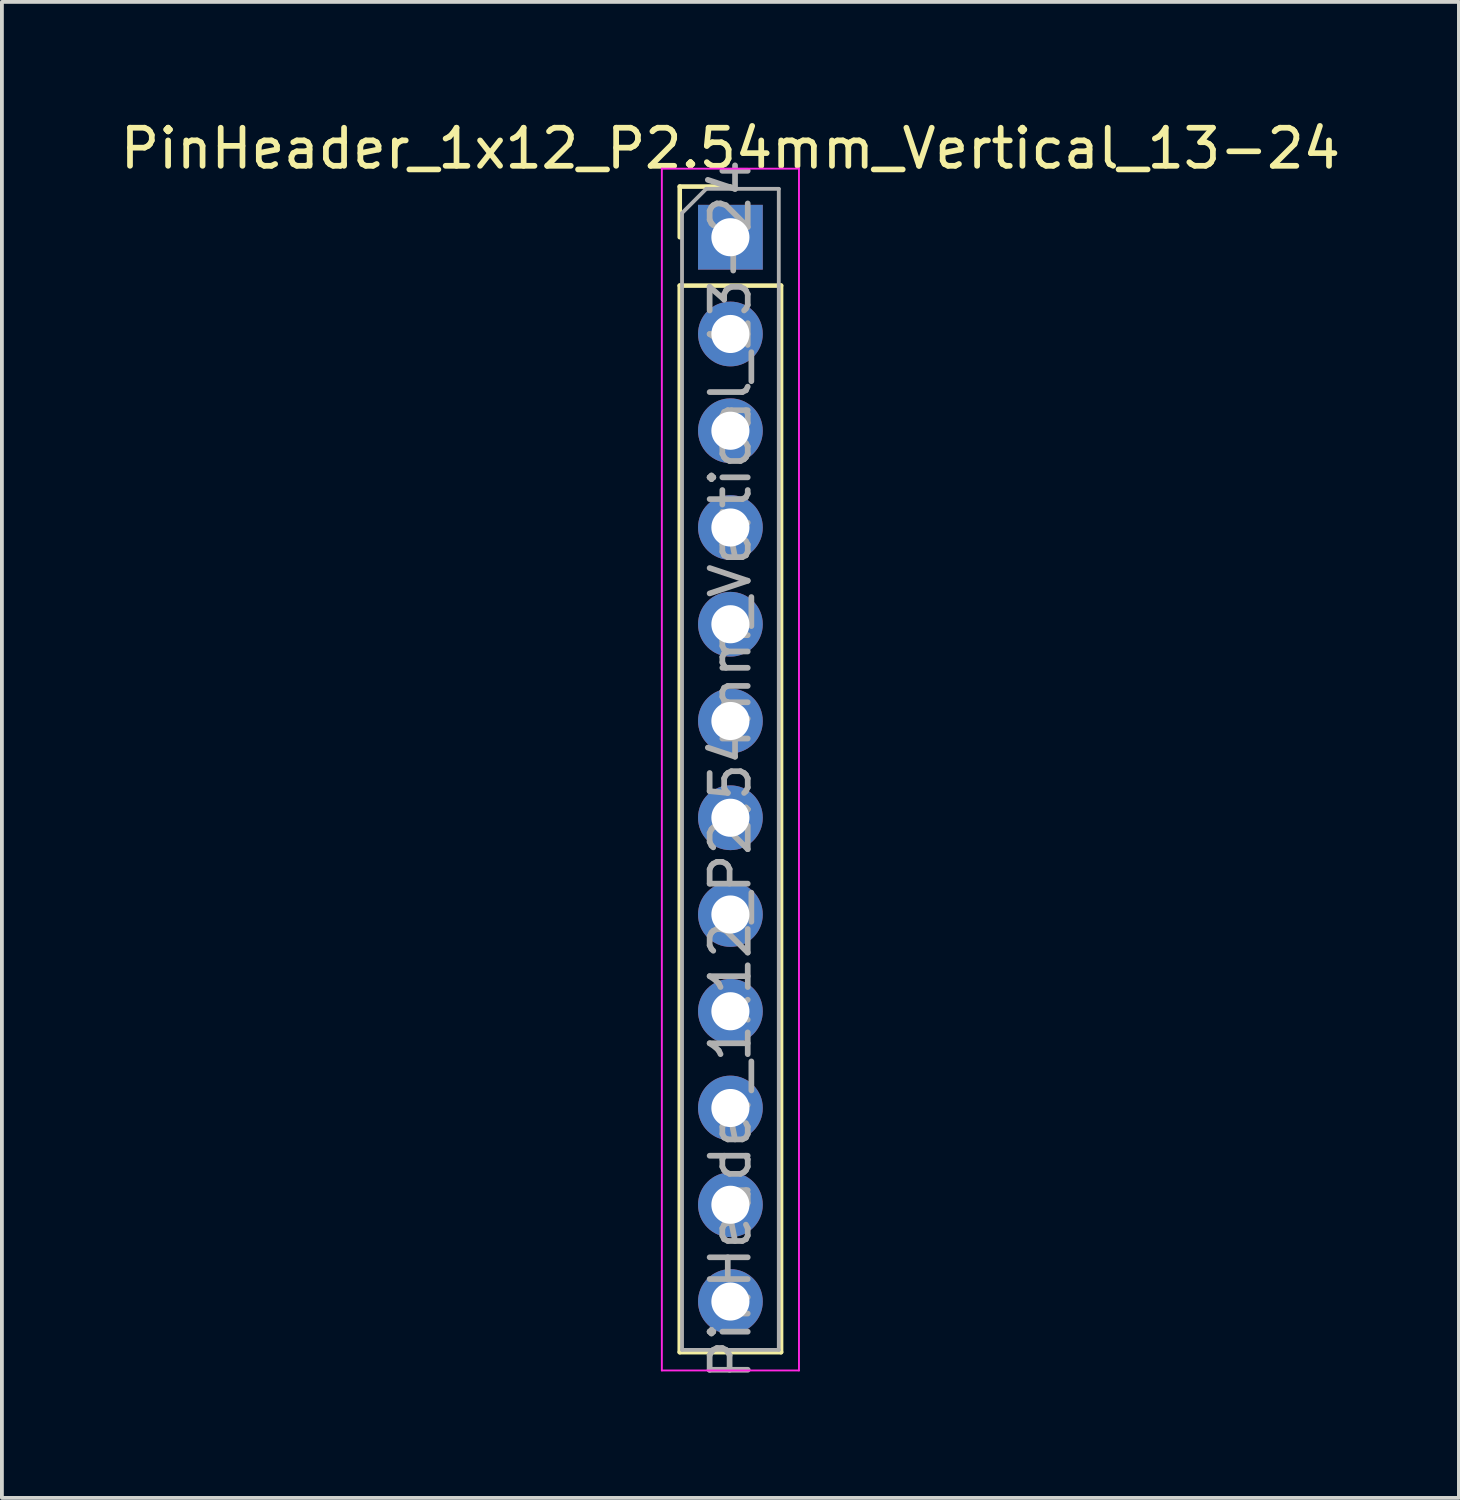
<source format=kicad_pcb>
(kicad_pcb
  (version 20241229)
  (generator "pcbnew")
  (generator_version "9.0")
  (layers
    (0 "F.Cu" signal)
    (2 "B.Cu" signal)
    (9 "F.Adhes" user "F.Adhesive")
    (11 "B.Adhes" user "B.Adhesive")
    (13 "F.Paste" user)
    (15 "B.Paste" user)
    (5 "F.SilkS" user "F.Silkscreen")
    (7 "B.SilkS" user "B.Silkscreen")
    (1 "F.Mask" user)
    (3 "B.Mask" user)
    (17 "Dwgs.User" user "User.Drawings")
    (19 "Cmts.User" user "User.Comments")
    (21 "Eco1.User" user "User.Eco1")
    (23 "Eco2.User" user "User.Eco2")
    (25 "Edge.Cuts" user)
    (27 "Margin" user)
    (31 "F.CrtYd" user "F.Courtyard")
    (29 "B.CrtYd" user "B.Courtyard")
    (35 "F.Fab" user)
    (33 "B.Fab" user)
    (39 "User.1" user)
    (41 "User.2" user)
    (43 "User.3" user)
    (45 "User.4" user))
  (footprint "PinHeader_1x12_P2.54mm_Vertical_13-24"
    (layer "F.Cu")
    (at 16.125 3.178)
    (property "Reference" "PinHeader_1x12_P2.54mm_Vertical_13-24" (at 0 -2.33 0) (layer "F.SilkS") (effects (font (size 1 1) (thickness 0.15))))
    (attr through_hole)
    (fp_line (start -1.33 -1.33) (end 0 -1.33) (stroke (width 0.12) (type solid)) (layer "F.SilkS"))
    (fp_line (start -1.33 0) (end -1.33 -1.33) (stroke (width 0.12) (type solid)) (layer "F.SilkS"))
    (fp_line (start -1.33 1.27) (end -1.33 29.27) (stroke (width 0.12) (type solid)) (layer "F.SilkS"))
    (fp_line (start -1.33 1.27) (end 1.33 1.27) (stroke (width 0.12) (type solid)) (layer "F.SilkS"))
    (fp_line (start -1.33 29.27) (end 1.33 29.27) (stroke (width 0.12) (type solid)) (layer "F.SilkS"))
    (fp_line (start 1.33 1.27) (end 1.33 29.27) (stroke (width 0.12) (type solid)) (layer "F.SilkS"))
    (fp_line (start -1.8 -1.8) (end -1.8 29.75) (stroke (width 0.05) (type solid)) (layer "F.CrtYd"))
    (fp_line (start -1.8 29.75) (end 1.8 29.75) (stroke (width 0.05) (type solid)) (layer "F.CrtYd"))
    (fp_line (start 1.8 -1.8) (end -1.8 -1.8) (stroke (width 0.05) (type solid)) (layer "F.CrtYd"))
    (fp_line (start 1.8 29.75) (end 1.8 -1.8) (stroke (width 0.05) (type solid)) (layer "F.CrtYd"))
    (fp_line (start -1.27 -0.635) (end -0.635 -1.27) (stroke (width 0.1) (type solid)) (layer "F.Fab"))
    (fp_line (start -1.27 29.21) (end -1.27 -0.635) (stroke (width 0.1) (type solid)) (layer "F.Fab"))
    (fp_line (start -0.635 -1.27) (end 1.27 -1.27) (stroke (width 0.1) (type solid)) (layer "F.Fab"))
    (fp_line (start 1.27 -1.27) (end 1.27 29.21) (stroke (width 0.1) (type solid)) (layer "F.Fab"))
    (fp_line (start 1.27 29.21) (end -1.27 29.21) (stroke (width 0.1) (type solid)) (layer "F.Fab"))
    (fp_text user "${REFERENCE}" (at 0 13.97 90) (layer "F.Fab") (effects (font (size 1 1) (thickness 0.15))))
    (pad "13" thru_hole rect (at 0 0) (size 1.7 1.7) (drill 1) (layers "*.Cu" "*.Mask"))
    (pad "14" thru_hole oval (at 0 2.54) (size 1.7 1.7) (drill 1) (layers "*.Cu" "*.Mask"))
    (pad "15" thru_hole oval (at 0 5.08) (size 1.7 1.7) (drill 1) (layers "*.Cu" "*.Mask"))
    (pad "16" thru_hole oval (at 0 7.62) (size 1.7 1.7) (drill 1) (layers "*.Cu" "*.Mask"))
    (pad "17" thru_hole oval (at 0 10.16) (size 1.7 1.7) (drill 1) (layers "*.Cu" "*.Mask"))
    (pad "18" thru_hole oval (at 0 12.7) (size 1.7 1.7) (drill 1) (layers "*.Cu" "*.Mask"))
    (pad "19" thru_hole oval (at 0 15.24) (size 1.7 1.7) (drill 1) (layers "*.Cu" "*.Mask"))
    (pad "20" thru_hole oval (at 0 17.78) (size 1.7 1.7) (drill 1) (layers "*.Cu" "*.Mask"))
    (pad "21" thru_hole oval (at 0 20.32) (size 1.7 1.7) (drill 1) (layers "*.Cu" "*.Mask"))
    (pad "22" thru_hole oval (at 0 22.86) (size 1.7 1.7) (drill 1) (layers "*.Cu" "*.Mask"))
    (pad "23" thru_hole oval (at 0 25.4) (size 1.7 1.7) (drill 1) (layers "*.Cu" "*.Mask"))
    (pad "24" thru_hole oval (at 0 27.94) (size 1.7 1.7) (drill 1) (layers "*.Cu" "*.Mask")))
  (gr_rect
    (start -3 -3)
    (end 35.25 36.273)
    (stroke (width 0.1) (type default))
    (fill no)
    (layer "Edge.Cuts")))
</source>
